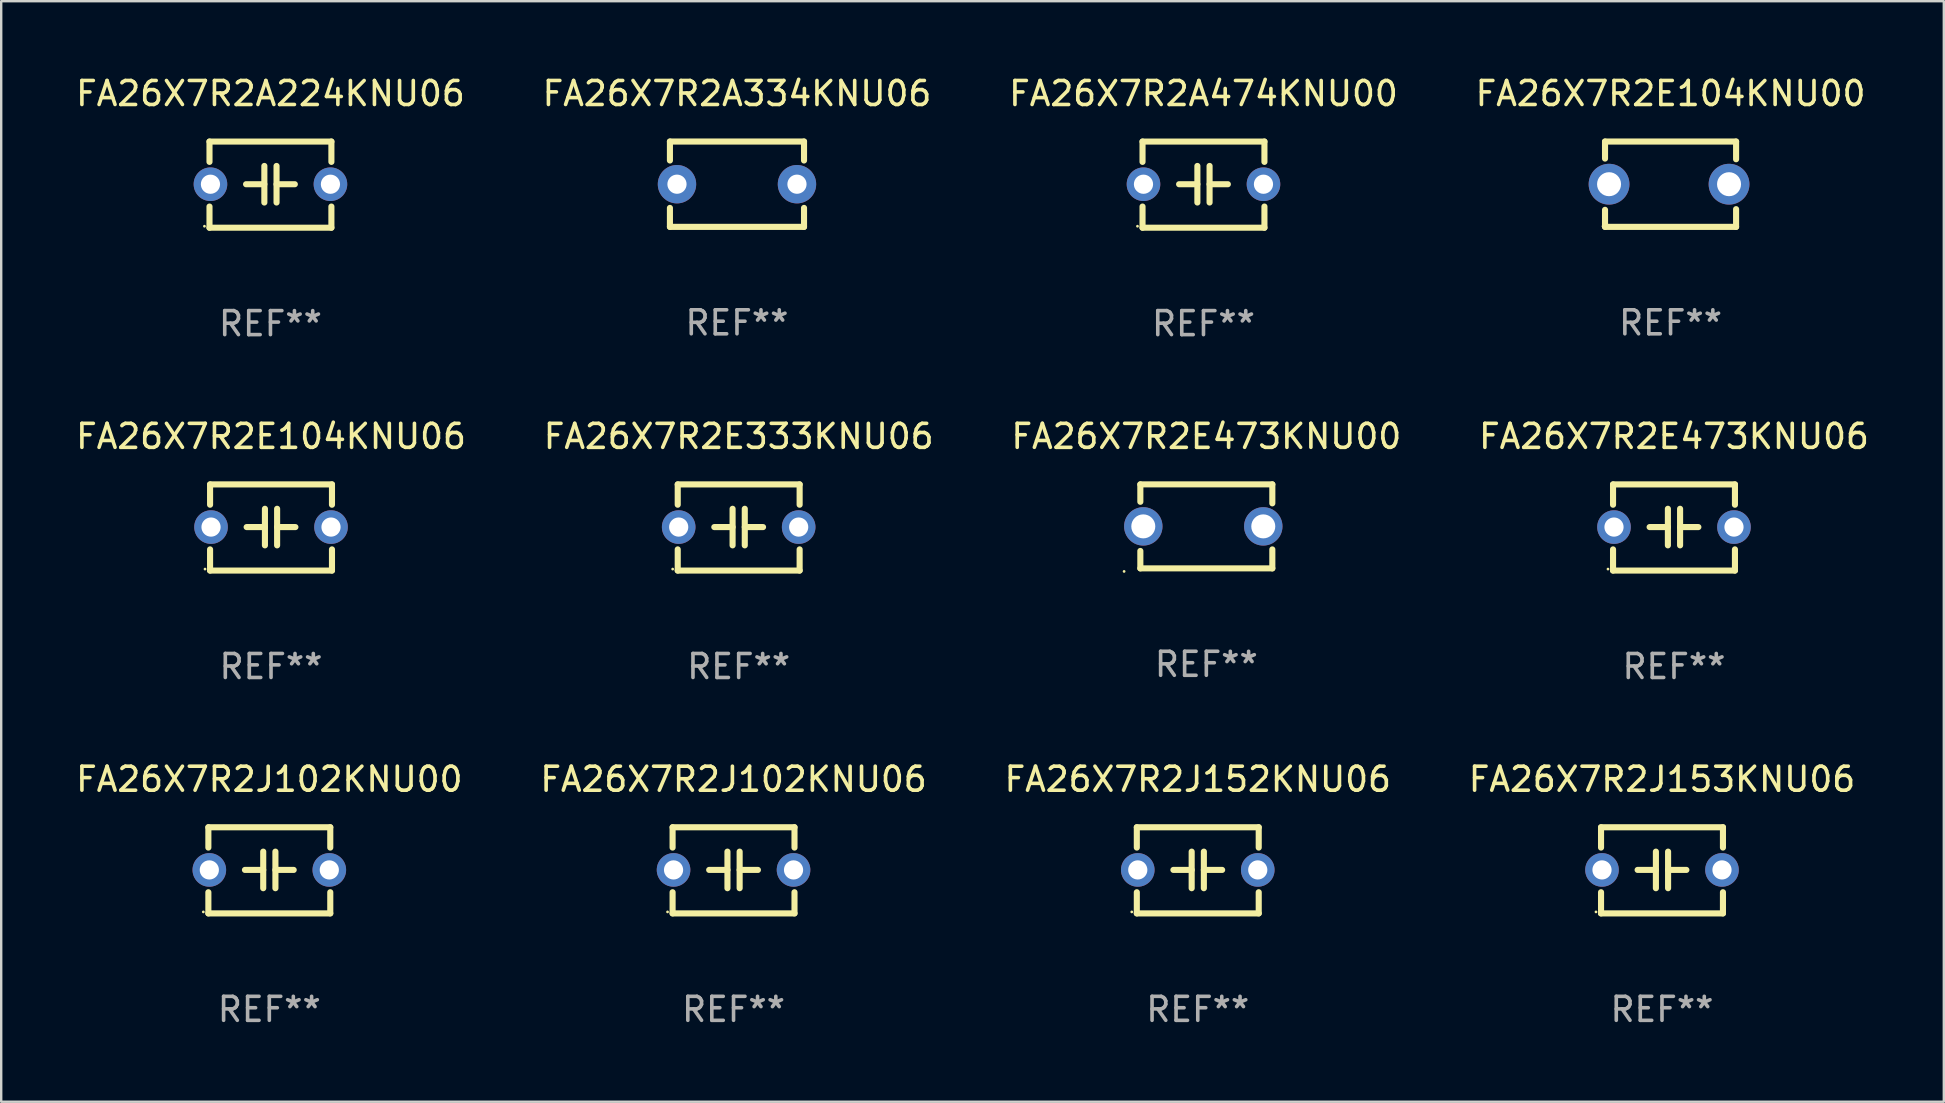
<source format=kicad_pcb>
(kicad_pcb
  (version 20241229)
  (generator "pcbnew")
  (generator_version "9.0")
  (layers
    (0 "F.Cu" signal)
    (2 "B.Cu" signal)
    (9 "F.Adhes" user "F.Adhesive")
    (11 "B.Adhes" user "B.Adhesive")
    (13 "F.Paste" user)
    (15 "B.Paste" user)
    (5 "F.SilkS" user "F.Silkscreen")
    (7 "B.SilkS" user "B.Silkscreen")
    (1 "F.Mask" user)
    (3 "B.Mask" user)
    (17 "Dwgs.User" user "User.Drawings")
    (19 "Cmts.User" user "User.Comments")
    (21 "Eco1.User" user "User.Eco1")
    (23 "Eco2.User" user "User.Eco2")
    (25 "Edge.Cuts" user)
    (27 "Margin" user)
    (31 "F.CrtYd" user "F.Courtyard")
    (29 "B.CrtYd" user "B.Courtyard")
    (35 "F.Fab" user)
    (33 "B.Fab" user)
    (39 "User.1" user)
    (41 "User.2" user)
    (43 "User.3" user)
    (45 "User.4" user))
  (footprint "FA26X7R2A334KNU06"
    (layer "F.Cu")
    (at 27.661 4.626)
    (property "Reference" "FA26X7R2A334KNU06" (at 0 -3.778 0) (layer "F.SilkS") (effects (font (size 1 1) (thickness 0.15))))
    (attr through_hole)
    (fp_line (start -2.794 -1.778) (end -2.794 -0.988) (stroke (width 0.254) (type solid)) (layer "F.SilkS"))
    (fp_line (start -2.794 0.988) (end -2.794 1.778) (stroke (width 0.254) (type solid)) (layer "F.SilkS"))
    (fp_line (start -2.794 1.778) (end 2.794 1.778) (stroke (width 0.254) (type solid)) (layer "F.SilkS"))
    (fp_line (start 2.794 -1.778) (end -2.794 -1.778) (stroke (width 0.254) (type solid)) (layer "F.SilkS"))
    (fp_line (start 2.794 -0.988) (end 2.794 -1.778) (stroke (width 0.254) (type solid)) (layer "F.SilkS"))
    (fp_line (start 2.794 1.778) (end 2.794 0.988) (stroke (width 0.254) (type solid)) (layer "F.SilkS"))
    (fp_circle (center -2.75 1.75) (end -2.72 1.75) (stroke (width 0.06) (type solid)) (fill no) (layer "F.SilkS"))
    (fp_text user "REF**" (at 0 5.778 0) (layer "F.Fab") (effects (font (size 1 1) (thickness 0.15))))
    (pad "1" thru_hole circle (at -2.5 0) (size 1.6 1.6) (drill 0.8) (layers "*.Cu" "*.Mask"))
    (pad "2" thru_hole circle (at 2.5 0) (size 1.6 1.6) (drill 0.8) (layers "*.Cu" "*.Mask")))
  (footprint "FA26X7R2J102KNU00"
    (layer "F.Cu")
    (at 8.173 33.218)
    (property "Reference" "FA26X7R2J102KNU00" (at 0 -3.795 0) (layer "F.SilkS") (effects (font (size 1 1) (thickness 0.15))))
    (attr through_hole)
    (fp_line (start -2.54 -1.795) (end 2.54 -1.795) (stroke (width 0.254) (type solid)) (layer "F.SilkS"))
    (fp_line (start -2.54 -0.948) (end -2.54 -1.795) (stroke (width 0.254) (type solid)) (layer "F.SilkS"))
    (fp_line (start -2.54 1.795) (end -2.54 0.913) (stroke (width 0.254) (type solid)) (layer "F.SilkS"))
    (fp_line (start -1.016 -0.017) (end -0.254 -0.017) (stroke (width 0.254) (type solid)) (layer "F.SilkS"))
    (fp_line (start -0.254 0.745) (end -0.254 -0.779) (stroke (width 0.254) (type solid)) (layer "F.SilkS"))
    (fp_line (start 0.254 -0.779) (end 0.254 0.745) (stroke (width 0.254) (type solid)) (layer "F.SilkS"))
    (fp_line (start 1.016 -0.017) (end 0.254 -0.017) (stroke (width 0.254) (type solid)) (layer "F.SilkS"))
    (fp_line (start 2.54 -1.795) (end 2.54 -0.948) (stroke (width 0.254) (type solid)) (layer "F.SilkS"))
    (fp_line (start 2.54 1.795) (end -2.54 1.795) (stroke (width 0.254) (type solid)) (layer "F.SilkS"))
    (fp_line (start 2.54 1.795) (end 2.54 0.913) (stroke (width 0.254) (type solid)) (layer "F.SilkS"))
    (fp_circle (center -2.75 1.733) (end -2.72 1.733) (stroke (width 0.06) (type solid)) (fill no) (layer "F.SilkS"))
    (fp_text user "REF**" (at 0 5.795 0) (layer "F.Fab") (effects (font (size 1 1) (thickness 0.15))))
    (pad "1" thru_hole circle (at -2.5 -0.017) (size 1.4 1.4) (drill 0.8) (layers "*.Cu" "*.Mask"))
    (pad "2" thru_hole circle (at 2.5 -0.017) (size 1.4 1.4) (drill 0.8) (layers "*.Cu" "*.Mask")))
  (footprint "FA26X7R2E473KNU00"
    (layer "F.Cu")
    (at 47.22 18.885)
    (property "Reference" "FA26X7R2E473KNU00" (at 0 -3.75 0) (layer "F.SilkS") (effects (font (size 1 1) (thickness 0.15))))
    (attr through_hole)
    (fp_line (start -2.75 -1.75) (end -2.75 -1.024) (stroke (width 0.254) (type solid)) (layer "F.SilkS"))
    (fp_line (start -2.75 -1.75) (end 2.75 -1.75) (stroke (width 0.254) (type solid)) (layer "F.SilkS"))
    (fp_line (start -2.75 1.024) (end -2.75 1.75) (stroke (width 0.254) (type solid)) (layer "F.SilkS"))
    (fp_line (start 2.75 -1.75) (end 2.75 -0.96) (stroke (width 0.254) (type solid)) (layer "F.SilkS"))
    (fp_line (start 2.75 0.96) (end 2.75 1.75) (stroke (width 0.254) (type solid)) (layer "F.SilkS"))
    (fp_line (start 2.75 1.75) (end -2.75 1.75) (stroke (width 0.254) (type solid)) (layer "F.SilkS"))
    (fp_circle (center -3.427 1.877) (end -3.397 1.877) (stroke (width 0.06) (type solid)) (fill no) (layer "F.SilkS"))
    (fp_text user "REF**" (at 0 5.75 0) (layer "F.Fab") (effects (font (size 1 1) (thickness 0.15))))
    (pad "1" thru_hole circle (at -2.627 0) (size 1.6 1.6) (drill 1) (layers "*.Cu" "*.Mask"))
    (pad "2" thru_hole circle (at 2.373 0) (size 1.6 1.6) (drill 1) (layers "*.Cu" "*.Mask")))
  (footprint "FA26X7R2J102KNU06"
    (layer "F.Cu")
    (at 27.518 33.218)
    (property "Reference" "FA26X7R2J102KNU06" (at 0 -3.795 0) (layer "F.SilkS") (effects (font (size 1 1) (thickness 0.15))))
    (attr through_hole)
    (fp_line (start -2.54 -1.795) (end 2.54 -1.795) (stroke (width 0.254) (type solid)) (layer "F.SilkS"))
    (fp_line (start -2.54 -0.948) (end -2.54 -1.795) (stroke (width 0.254) (type solid)) (layer "F.SilkS"))
    (fp_line (start -2.54 1.795) (end -2.54 0.913) (stroke (width 0.254) (type solid)) (layer "F.SilkS"))
    (fp_line (start -1.016 -0.017) (end -0.254 -0.017) (stroke (width 0.254) (type solid)) (layer "F.SilkS"))
    (fp_line (start -0.254 0.745) (end -0.254 -0.779) (stroke (width 0.254) (type solid)) (layer "F.SilkS"))
    (fp_line (start 0.254 -0.779) (end 0.254 0.745) (stroke (width 0.254) (type solid)) (layer "F.SilkS"))
    (fp_line (start 1.016 -0.017) (end 0.254 -0.017) (stroke (width 0.254) (type solid)) (layer "F.SilkS"))
    (fp_line (start 2.54 -1.795) (end 2.54 -0.948) (stroke (width 0.254) (type solid)) (layer "F.SilkS"))
    (fp_line (start 2.54 1.795) (end -2.54 1.795) (stroke (width 0.254) (type solid)) (layer "F.SilkS"))
    (fp_line (start 2.54 1.795) (end 2.54 0.913) (stroke (width 0.254) (type solid)) (layer "F.SilkS"))
    (fp_circle (center -2.75 1.733) (end -2.72 1.733) (stroke (width 0.06) (type solid)) (fill no) (layer "F.SilkS"))
    (fp_text user "REF**" (at 0 5.795 0) (layer "F.Fab") (effects (font (size 1 1) (thickness 0.15))))
    (pad "1" thru_hole circle (at -2.5 -0.017) (size 1.4 1.4) (drill 0.8) (layers "*.Cu" "*.Mask"))
    (pad "2" thru_hole circle (at 2.5 -0.017) (size 1.4 1.4) (drill 0.8) (layers "*.Cu" "*.Mask")))
  (footprint "FA26X7R2A474KNU00"
    (layer "F.Cu")
    (at 47.101 4.644)
    (property "Reference" "FA26X7R2A474KNU00" (at 0 -3.795 0) (layer "F.SilkS") (effects (font (size 1 1) (thickness 0.15))))
    (attr through_hole)
    (fp_line (start -2.54 -1.795) (end 2.54 -1.795) (stroke (width 0.254) (type solid)) (layer "F.SilkS"))
    (fp_line (start -2.54 -0.948) (end -2.54 -1.795) (stroke (width 0.254) (type solid)) (layer "F.SilkS"))
    (fp_line (start -2.54 1.795) (end -2.54 0.913) (stroke (width 0.254) (type solid)) (layer "F.SilkS"))
    (fp_line (start -1.016 -0.017) (end -0.254 -0.017) (stroke (width 0.254) (type solid)) (layer "F.SilkS"))
    (fp_line (start -0.254 0.745) (end -0.254 -0.779) (stroke (width 0.254) (type solid)) (layer "F.SilkS"))
    (fp_line (start 0.254 -0.779) (end 0.254 0.745) (stroke (width 0.254) (type solid)) (layer "F.SilkS"))
    (fp_line (start 1.016 -0.017) (end 0.254 -0.017) (stroke (width 0.254) (type solid)) (layer "F.SilkS"))
    (fp_line (start 2.54 -1.795) (end 2.54 -0.948) (stroke (width 0.254) (type solid)) (layer "F.SilkS"))
    (fp_line (start 2.54 1.795) (end -2.54 1.795) (stroke (width 0.254) (type solid)) (layer "F.SilkS"))
    (fp_line (start 2.54 1.795) (end 2.54 0.913) (stroke (width 0.254) (type solid)) (layer "F.SilkS"))
    (fp_circle (center -2.75 1.733) (end -2.72 1.733) (stroke (width 0.06) (type solid)) (fill no) (layer "F.SilkS"))
    (fp_text user "REF**" (at 0 5.795 0) (layer "F.Fab") (effects (font (size 1 1) (thickness 0.15))))
    (pad "1" thru_hole circle (at -2.5 -0.017) (size 1.4 1.4) (drill 0.8) (layers "*.Cu" "*.Mask"))
    (pad "2" thru_hole circle (at 2.5 -0.017) (size 1.4 1.4) (drill 0.8) (layers "*.Cu" "*.Mask")))
  (footprint "FA26X7R2J153KNU06"
    (layer "F.Cu")
    (at 66.208 33.218)
    (property "Reference" "FA26X7R2J153KNU06" (at 0 -3.795 0) (layer "F.SilkS") (effects (font (size 1 1) (thickness 0.15))))
    (attr through_hole)
    (fp_line (start -2.54 -1.795) (end 2.54 -1.795) (stroke (width 0.254) (type solid)) (layer "F.SilkS"))
    (fp_line (start -2.54 -0.948) (end -2.54 -1.795) (stroke (width 0.254) (type solid)) (layer "F.SilkS"))
    (fp_line (start -2.54 1.795) (end -2.54 0.913) (stroke (width 0.254) (type solid)) (layer "F.SilkS"))
    (fp_line (start -1.016 -0.017) (end -0.254 -0.017) (stroke (width 0.254) (type solid)) (layer "F.SilkS"))
    (fp_line (start -0.254 0.745) (end -0.254 -0.779) (stroke (width 0.254) (type solid)) (layer "F.SilkS"))
    (fp_line (start 0.254 -0.779) (end 0.254 0.745) (stroke (width 0.254) (type solid)) (layer "F.SilkS"))
    (fp_line (start 1.016 -0.017) (end 0.254 -0.017) (stroke (width 0.254) (type solid)) (layer "F.SilkS"))
    (fp_line (start 2.54 -1.795) (end 2.54 -0.948) (stroke (width 0.254) (type solid)) (layer "F.SilkS"))
    (fp_line (start 2.54 1.795) (end -2.54 1.795) (stroke (width 0.254) (type solid)) (layer "F.SilkS"))
    (fp_line (start 2.54 1.795) (end 2.54 0.913) (stroke (width 0.254) (type solid)) (layer "F.SilkS"))
    (fp_circle (center -2.75 1.733) (end -2.72 1.733) (stroke (width 0.06) (type solid)) (fill no) (layer "F.SilkS"))
    (fp_text user "REF**" (at 0 5.795 0) (layer "F.Fab") (effects (font (size 1 1) (thickness 0.15))))
    (pad "1" thru_hole circle (at -2.5 -0.017) (size 1.4 1.4) (drill 0.8) (layers "*.Cu" "*.Mask"))
    (pad "2" thru_hole circle (at 2.5 -0.017) (size 1.4 1.4) (drill 0.8) (layers "*.Cu" "*.Mask")))
  (footprint "FA26X7R2E104KNU06"
    (layer "F.Cu")
    (at 8.244 18.931)
    (property "Reference" "FA26X7R2E104KNU06" (at 0 -3.795 0) (layer "F.SilkS") (effects (font (size 1 1) (thickness 0.15))))
    (attr through_hole)
    (fp_line (start -2.54 -1.795) (end 2.54 -1.795) (stroke (width 0.254) (type solid)) (layer "F.SilkS"))
    (fp_line (start -2.54 -0.948) (end -2.54 -1.795) (stroke (width 0.254) (type solid)) (layer "F.SilkS"))
    (fp_line (start -2.54 1.795) (end -2.54 0.913) (stroke (width 0.254) (type solid)) (layer "F.SilkS"))
    (fp_line (start -1.016 -0.017) (end -0.254 -0.017) (stroke (width 0.254) (type solid)) (layer "F.SilkS"))
    (fp_line (start -0.254 0.745) (end -0.254 -0.779) (stroke (width 0.254) (type solid)) (layer "F.SilkS"))
    (fp_line (start 0.254 -0.779) (end 0.254 0.745) (stroke (width 0.254) (type solid)) (layer "F.SilkS"))
    (fp_line (start 1.016 -0.017) (end 0.254 -0.017) (stroke (width 0.254) (type solid)) (layer "F.SilkS"))
    (fp_line (start 2.54 -1.795) (end 2.54 -0.948) (stroke (width 0.254) (type solid)) (layer "F.SilkS"))
    (fp_line (start 2.54 1.795) (end -2.54 1.795) (stroke (width 0.254) (type solid)) (layer "F.SilkS"))
    (fp_line (start 2.54 1.795) (end 2.54 0.913) (stroke (width 0.254) (type solid)) (layer "F.SilkS"))
    (fp_circle (center -2.75 1.733) (end -2.72 1.733) (stroke (width 0.06) (type solid)) (fill no) (layer "F.SilkS"))
    (fp_text user "REF**" (at 0 5.795 0) (layer "F.Fab") (effects (font (size 1 1) (thickness 0.15))))
    (pad "1" thru_hole circle (at -2.5 -0.017) (size 1.4 1.4) (drill 0.8) (layers "*.Cu" "*.Mask"))
    (pad "2" thru_hole circle (at 2.5 -0.017) (size 1.4 1.4) (drill 0.8) (layers "*.Cu" "*.Mask")))
  (footprint "FA26X7R2E104KNU00"
    (layer "F.Cu")
    (at 66.565 4.626)
    (property "Reference" "FA26X7R2E104KNU00" (at 0 -3.778 0) (layer "F.SilkS") (effects (font (size 1 1) (thickness 0.15))))
    (attr through_hole)
    (fp_line (start -2.731 -1.778) (end -2.731 -1.068) (stroke (width 0.254) (type solid)) (layer "F.SilkS"))
    (fp_line (start -2.731 1.068) (end -2.731 1.778) (stroke (width 0.254) (type solid)) (layer "F.SilkS"))
    (fp_line (start -2.731 1.778) (end 2.731 1.778) (stroke (width 0.254) (type solid)) (layer "F.SilkS"))
    (fp_line (start 2.731 -1.778) (end -2.731 -1.778) (stroke (width 0.254) (type solid)) (layer "F.SilkS"))
    (fp_line (start 2.731 -1.04) (end 2.731 -1.778) (stroke (width 0.254) (type solid)) (layer "F.SilkS"))
    (fp_line (start 2.731 1.778) (end 2.731 1.04) (stroke (width 0.254) (type solid)) (layer "F.SilkS"))
    (fp_circle (center -2.814 1.75) (end -2.784 1.75) (stroke (width 0.06) (type solid)) (fill no) (layer "F.SilkS"))
    (fp_text user "REF**" (at 0 5.778 0) (layer "F.Fab") (effects (font (size 1 1) (thickness 0.15))))
    (pad "1" thru_hole circle (at -2.563 0) (size 1.7 1.7) (drill 1) (layers "*.Cu" "*.Mask"))
    (pad "2" thru_hole circle (at 2.437 0) (size 1.7 1.7) (drill 1) (layers "*.Cu" "*.Mask")))
  (footprint "FA26X7R2E333KNU06"
    (layer "F.Cu")
    (at 27.732 18.931)
    (property "Reference" "FA26X7R2E333KNU06" (at 0 -3.795 0) (layer "F.SilkS") (effects (font (size 1 1) (thickness 0.15))))
    (attr through_hole)
    (fp_line (start -2.54 -1.795) (end 2.54 -1.795) (stroke (width 0.254) (type solid)) (layer "F.SilkS"))
    (fp_line (start -2.54 -0.948) (end -2.54 -1.795) (stroke (width 0.254) (type solid)) (layer "F.SilkS"))
    (fp_line (start -2.54 1.795) (end -2.54 0.913) (stroke (width 0.254) (type solid)) (layer "F.SilkS"))
    (fp_line (start -1.016 -0.017) (end -0.254 -0.017) (stroke (width 0.254) (type solid)) (layer "F.SilkS"))
    (fp_line (start -0.254 0.745) (end -0.254 -0.779) (stroke (width 0.254) (type solid)) (layer "F.SilkS"))
    (fp_line (start 0.254 -0.779) (end 0.254 0.745) (stroke (width 0.254) (type solid)) (layer "F.SilkS"))
    (fp_line (start 1.016 -0.017) (end 0.254 -0.017) (stroke (width 0.254) (type solid)) (layer "F.SilkS"))
    (fp_line (start 2.54 -1.795) (end 2.54 -0.948) (stroke (width 0.254) (type solid)) (layer "F.SilkS"))
    (fp_line (start 2.54 1.795) (end -2.54 1.795) (stroke (width 0.254) (type solid)) (layer "F.SilkS"))
    (fp_line (start 2.54 1.795) (end 2.54 0.913) (stroke (width 0.254) (type solid)) (layer "F.SilkS"))
    (fp_circle (center -2.75 1.733) (end -2.72 1.733) (stroke (width 0.06) (type solid)) (fill no) (layer "F.SilkS"))
    (fp_text user "REF**" (at 0 5.795 0) (layer "F.Fab") (effects (font (size 1 1) (thickness 0.15))))
    (pad "1" thru_hole circle (at -2.5 -0.017) (size 1.4 1.4) (drill 0.8) (layers "*.Cu" "*.Mask"))
    (pad "2" thru_hole circle (at 2.5 -0.017) (size 1.4 1.4) (drill 0.8) (layers "*.Cu" "*.Mask")))
  (footprint "FA26X7R2A224KNU06"
    (layer "F.Cu")
    (at 8.22 4.644)
    (property "Reference" "FA26X7R2A224KNU06" (at 0 -3.795 0) (layer "F.SilkS") (effects (font (size 1 1) (thickness 0.15))))
    (attr through_hole)
    (fp_line (start -2.54 -1.795) (end 2.54 -1.795) (stroke (width 0.254) (type solid)) (layer "F.SilkS"))
    (fp_line (start -2.54 -0.948) (end -2.54 -1.795) (stroke (width 0.254) (type solid)) (layer "F.SilkS"))
    (fp_line (start -2.54 1.795) (end -2.54 0.913) (stroke (width 0.254) (type solid)) (layer "F.SilkS"))
    (fp_line (start -1.016 -0.017) (end -0.254 -0.017) (stroke (width 0.254) (type solid)) (layer "F.SilkS"))
    (fp_line (start -0.254 0.745) (end -0.254 -0.779) (stroke (width 0.254) (type solid)) (layer "F.SilkS"))
    (fp_line (start 0.254 -0.779) (end 0.254 0.745) (stroke (width 0.254) (type solid)) (layer "F.SilkS"))
    (fp_line (start 1.016 -0.017) (end 0.254 -0.017) (stroke (width 0.254) (type solid)) (layer "F.SilkS"))
    (fp_line (start 2.54 -1.795) (end 2.54 -0.948) (stroke (width 0.254) (type solid)) (layer "F.SilkS"))
    (fp_line (start 2.54 1.795) (end -2.54 1.795) (stroke (width 0.254) (type solid)) (layer "F.SilkS"))
    (fp_line (start 2.54 1.795) (end 2.54 0.913) (stroke (width 0.254) (type solid)) (layer "F.SilkS"))
    (fp_circle (center -2.75 1.733) (end -2.72 1.733) (stroke (width 0.06) (type solid)) (fill no) (layer "F.SilkS"))
    (fp_text user "REF**" (at 0 5.795 0) (layer "F.Fab") (effects (font (size 1 1) (thickness 0.15))))
    (pad "1" thru_hole circle (at -2.5 -0.017) (size 1.4 1.4) (drill 0.8) (layers "*.Cu" "*.Mask"))
    (pad "2" thru_hole circle (at 2.5 -0.017) (size 1.4 1.4) (drill 0.8) (layers "*.Cu" "*.Mask")))
  (footprint "FA26X7R2E473KNU06"
    (layer "F.Cu")
    (at 66.708 18.931)
    (property "Reference" "FA26X7R2E473KNU06" (at 0 -3.795 0) (layer "F.SilkS") (effects (font (size 1 1) (thickness 0.15))))
    (attr through_hole)
    (fp_line (start -2.54 -1.795) (end 2.54 -1.795) (stroke (width 0.254) (type solid)) (layer "F.SilkS"))
    (fp_line (start -2.54 -0.948) (end -2.54 -1.795) (stroke (width 0.254) (type solid)) (layer "F.SilkS"))
    (fp_line (start -2.54 1.795) (end -2.54 0.913) (stroke (width 0.254) (type solid)) (layer "F.SilkS"))
    (fp_line (start -1.016 -0.017) (end -0.254 -0.017) (stroke (width 0.254) (type solid)) (layer "F.SilkS"))
    (fp_line (start -0.254 0.745) (end -0.254 -0.779) (stroke (width 0.254) (type solid)) (layer "F.SilkS"))
    (fp_line (start 0.254 -0.779) (end 0.254 0.745) (stroke (width 0.254) (type solid)) (layer "F.SilkS"))
    (fp_line (start 1.016 -0.017) (end 0.254 -0.017) (stroke (width 0.254) (type solid)) (layer "F.SilkS"))
    (fp_line (start 2.54 -1.795) (end 2.54 -0.948) (stroke (width 0.254) (type solid)) (layer "F.SilkS"))
    (fp_line (start 2.54 1.795) (end -2.54 1.795) (stroke (width 0.254) (type solid)) (layer "F.SilkS"))
    (fp_line (start 2.54 1.795) (end 2.54 0.913) (stroke (width 0.254) (type solid)) (layer "F.SilkS"))
    (fp_circle (center -2.75 1.733) (end -2.72 1.733) (stroke (width 0.06) (type solid)) (fill no) (layer "F.SilkS"))
    (fp_text user "REF**" (at 0 5.795 0) (layer "F.Fab") (effects (font (size 1 1) (thickness 0.15))))
    (pad "1" thru_hole circle (at -2.5 -0.017) (size 1.4 1.4) (drill 0.8) (layers "*.Cu" "*.Mask"))
    (pad "2" thru_hole circle (at 2.5 -0.017) (size 1.4 1.4) (drill 0.8) (layers "*.Cu" "*.Mask")))
  (footprint "FA26X7R2J152KNU06"
    (layer "F.Cu")
    (at 46.863 33.218)
    (property "Reference" "FA26X7R2J152KNU06" (at 0 -3.795 0) (layer "F.SilkS") (effects (font (size 1 1) (thickness 0.15))))
    (attr through_hole)
    (fp_line (start -2.54 -1.795) (end 2.54 -1.795) (stroke (width 0.254) (type solid)) (layer "F.SilkS"))
    (fp_line (start -2.54 -0.948) (end -2.54 -1.795) (stroke (width 0.254) (type solid)) (layer "F.SilkS"))
    (fp_line (start -2.54 1.795) (end -2.54 0.913) (stroke (width 0.254) (type solid)) (layer "F.SilkS"))
    (fp_line (start -1.016 -0.017) (end -0.254 -0.017) (stroke (width 0.254) (type solid)) (layer "F.SilkS"))
    (fp_line (start -0.254 0.745) (end -0.254 -0.779) (stroke (width 0.254) (type solid)) (layer "F.SilkS"))
    (fp_line (start 0.254 -0.779) (end 0.254 0.745) (stroke (width 0.254) (type solid)) (layer "F.SilkS"))
    (fp_line (start 1.016 -0.017) (end 0.254 -0.017) (stroke (width 0.254) (type solid)) (layer "F.SilkS"))
    (fp_line (start 2.54 -1.795) (end 2.54 -0.948) (stroke (width 0.254) (type solid)) (layer "F.SilkS"))
    (fp_line (start 2.54 1.795) (end -2.54 1.795) (stroke (width 0.254) (type solid)) (layer "F.SilkS"))
    (fp_line (start 2.54 1.795) (end 2.54 0.913) (stroke (width 0.254) (type solid)) (layer "F.SilkS"))
    (fp_circle (center -2.75 1.733) (end -2.72 1.733) (stroke (width 0.06) (type solid)) (fill no) (layer "F.SilkS"))
    (fp_text user "REF**" (at 0 5.795 0) (layer "F.Fab") (effects (font (size 1 1) (thickness 0.15))))
    (pad "1" thru_hole circle (at -2.5 -0.017) (size 1.4 1.4) (drill 0.8) (layers "*.Cu" "*.Mask"))
    (pad "2" thru_hole circle (at 2.5 -0.017) (size 1.4 1.4) (drill 0.8) (layers "*.Cu" "*.Mask")))
  (gr_rect
    (start -3 -3)
    (end 77.952 42.861)
    (stroke (width 0.1) (type default))
    (fill no)
    (layer "Edge.Cuts")))
</source>
